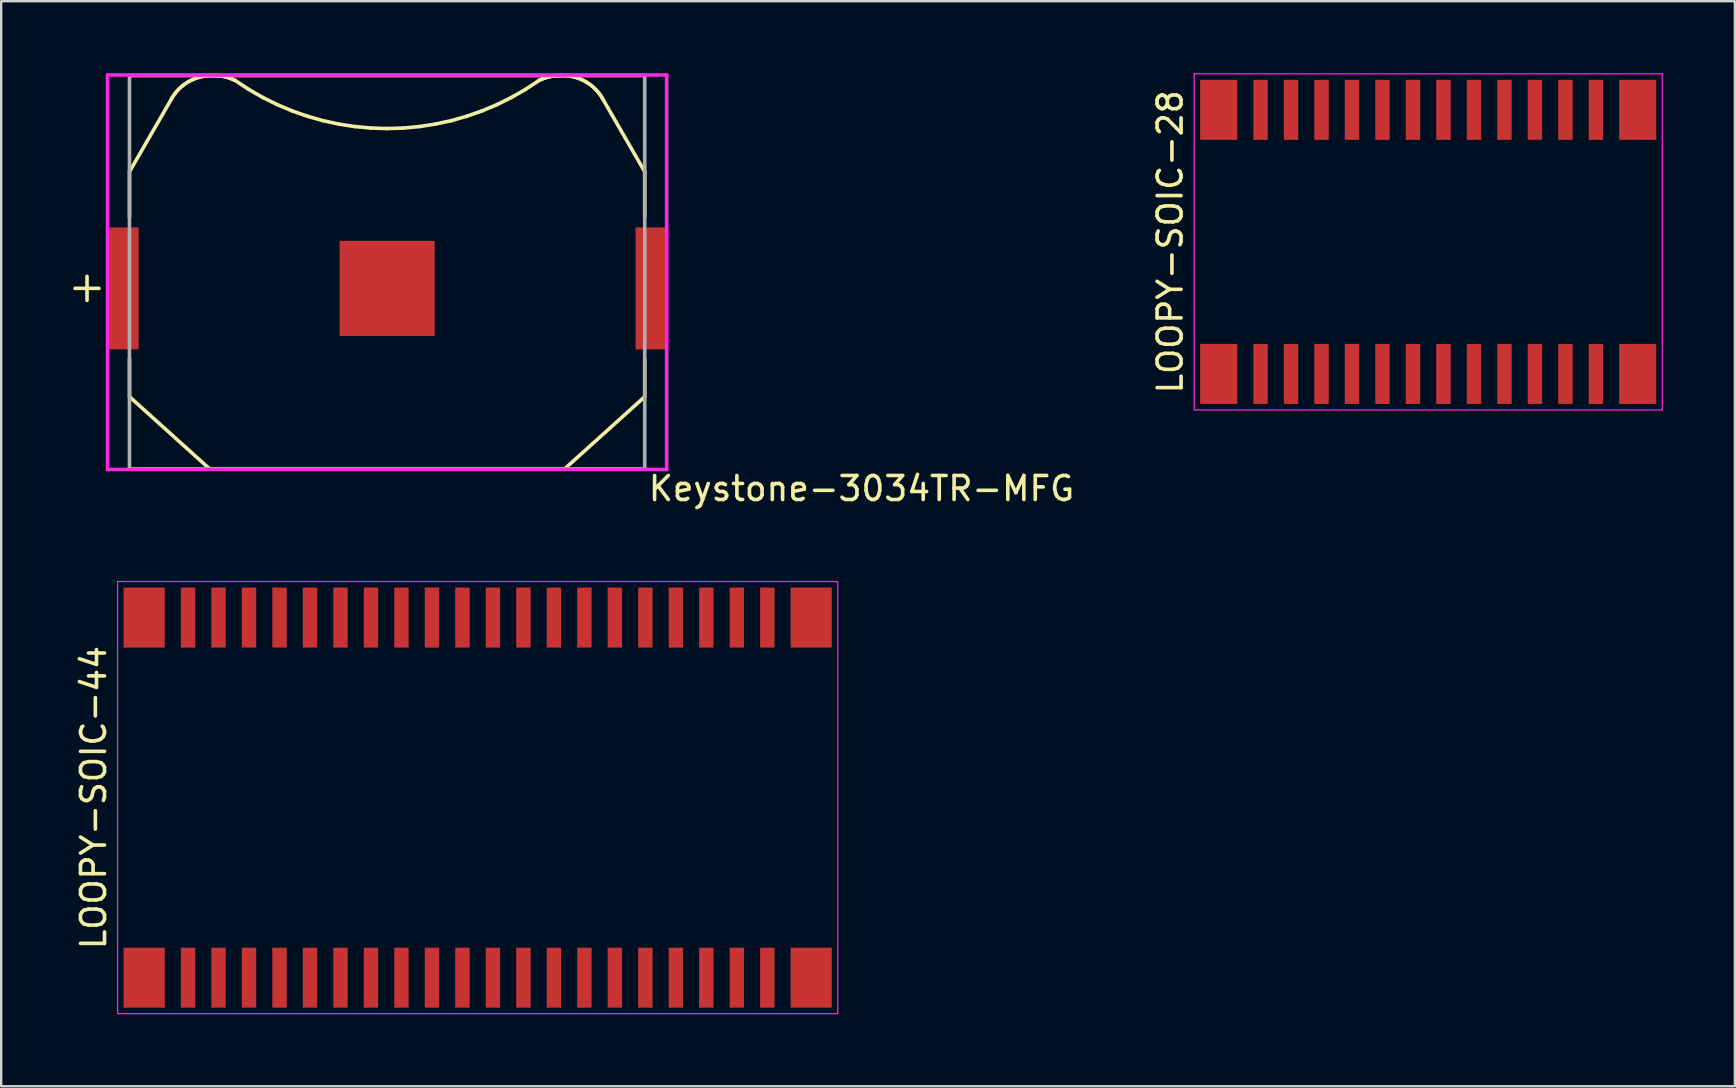
<source format=kicad_pcb>
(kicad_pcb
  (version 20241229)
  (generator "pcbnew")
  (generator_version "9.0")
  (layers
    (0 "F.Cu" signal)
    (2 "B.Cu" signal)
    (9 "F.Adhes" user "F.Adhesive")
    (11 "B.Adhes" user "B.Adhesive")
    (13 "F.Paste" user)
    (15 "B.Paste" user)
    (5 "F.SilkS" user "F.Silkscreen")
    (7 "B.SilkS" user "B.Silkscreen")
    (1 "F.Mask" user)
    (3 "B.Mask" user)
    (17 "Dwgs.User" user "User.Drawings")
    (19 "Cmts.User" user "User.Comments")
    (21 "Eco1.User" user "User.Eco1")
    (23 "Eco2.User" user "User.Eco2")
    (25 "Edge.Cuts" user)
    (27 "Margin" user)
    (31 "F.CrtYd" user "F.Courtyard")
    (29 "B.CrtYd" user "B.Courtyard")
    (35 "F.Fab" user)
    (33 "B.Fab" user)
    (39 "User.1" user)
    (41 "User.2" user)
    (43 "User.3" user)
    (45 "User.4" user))
  (footprint "LOOPY-SOIC-44"
    (layer "F.Cu")
    (at 16.848 30.175)
    (property "Reference" "LOOPY-SOIC-44" (at -16 0 90) (layer "F.SilkS") (effects (font (size 1 1) (thickness 0.15))))
    (attr through_hole)
    (fp_rect (start -15 -9) (end 15 9) (stroke (width 0.05) (type default)) (fill no) (layer "F.CrtYd"))
    (pad "1" smd rect (at -13.893 7.5) (size 1.715 2.5) (layers "F.Cu" "F.Mask" "F.Paste"))
    (pad "2" smd rect (at -12.065 7.5) (size 0.6 2.5) (layers "F.Cu" "F.Mask" "F.Paste"))
    (pad "3" smd rect (at -10.795 7.5) (size 0.6 2.5) (layers "F.Cu" "F.Mask" "F.Paste"))
    (pad "4" smd rect (at -9.525 7.5) (size 0.6 2.5) (layers "F.Cu" "F.Mask" "F.Paste"))
    (pad "5" smd rect (at -8.255 7.5) (size 0.6 2.5) (layers "F.Cu" "F.Mask" "F.Paste"))
    (pad "6" smd rect (at -6.985 7.5) (size 0.6 2.5) (layers "F.Cu" "F.Mask" "F.Paste"))
    (pad "7" smd rect (at -5.715 7.5) (size 0.6 2.5) (layers "F.Cu" "F.Mask" "F.Paste"))
    (pad "8" smd rect (at -4.445 7.5) (size 0.6 2.5) (layers "F.Cu" "F.Mask" "F.Paste"))
    (pad "9" smd rect (at -3.175 7.5) (size 0.6 2.5) (layers "F.Cu" "F.Mask" "F.Paste"))
    (pad "10" smd rect (at -1.905 7.5) (size 0.6 2.5) (layers "F.Cu" "F.Mask" "F.Paste"))
    (pad "11" smd rect (at -0.635 7.5) (size 0.6 2.5) (layers "F.Cu" "F.Mask" "F.Paste"))
    (pad "12" smd rect (at 0.635 7.5) (size 0.6 2.5) (layers "F.Cu" "F.Mask" "F.Paste"))
    (pad "13" smd rect (at 1.905 7.5) (size 0.6 2.5) (layers "F.Cu" "F.Mask" "F.Paste"))
    (pad "14" smd rect (at 3.175 7.5) (size 0.6 2.5) (layers "F.Cu" "F.Mask" "F.Paste"))
    (pad "15" smd rect (at 4.445 7.5) (size 0.6 2.5) (layers "F.Cu" "F.Mask" "F.Paste"))
    (pad "16" smd rect (at 5.715 7.5) (size 0.6 2.5) (layers "F.Cu" "F.Mask" "F.Paste"))
    (pad "17" smd rect (at 6.985 7.5) (size 0.6 2.5) (layers "F.Cu" "F.Mask" "F.Paste"))
    (pad "18" smd rect (at 8.255 7.5) (size 0.6 2.5) (layers "F.Cu" "F.Mask" "F.Paste"))
    (pad "19" smd rect (at 9.525 7.5) (size 0.6 2.5) (layers "F.Cu" "F.Mask" "F.Paste"))
    (pad "20" smd rect (at 10.795 7.5) (size 0.6 2.5) (layers "F.Cu" "F.Mask" "F.Paste"))
    (pad "21" smd rect (at 12.065 7.5) (size 0.6 2.5) (layers "F.Cu" "F.Mask" "F.Paste"))
    (pad "22" smd rect (at 13.893 7.5) (size 1.715 2.5) (layers "F.Cu" "F.Mask" "F.Paste"))
    (pad "23" smd rect (at 13.893 -7.5) (size 1.715 2.5) (layers "F.Cu" "F.Mask" "F.Paste"))
    (pad "24" smd rect (at 12.065 -7.5) (size 0.6 2.5) (layers "F.Cu" "F.Mask" "F.Paste"))
    (pad "25" smd rect (at 10.795 -7.5) (size 0.6 2.5) (layers "F.Cu" "F.Mask" "F.Paste"))
    (pad "26" smd rect (at 9.525 -7.5) (size 0.6 2.5) (layers "F.Cu" "F.Mask" "F.Paste"))
    (pad "27" smd rect (at 8.255 -7.5) (size 0.6 2.5) (layers "F.Cu" "F.Mask" "F.Paste"))
    (pad "28" smd rect (at 6.985 -7.5) (size 0.6 2.5) (layers "F.Cu" "F.Mask" "F.Paste"))
    (pad "29" smd rect (at 5.715 -7.5) (size 0.6 2.5) (layers "F.Cu" "F.Mask" "F.Paste"))
    (pad "30" smd rect (at 4.445 -7.5) (size 0.6 2.5) (layers "F.Cu" "F.Mask" "F.Paste"))
    (pad "31" smd rect (at 3.175 -7.5) (size 0.6 2.5) (layers "F.Cu" "F.Mask" "F.Paste"))
    (pad "32" smd rect (at 1.905 -7.5) (size 0.6 2.5) (layers "F.Cu" "F.Mask" "F.Paste"))
    (pad "33" smd rect (at 0.635 -7.5) (size 0.6 2.5) (layers "F.Cu" "F.Mask" "F.Paste"))
    (pad "34" smd rect (at -0.635 -7.5) (size 0.6 2.5) (layers "F.Cu" "F.Mask" "F.Paste"))
    (pad "35" smd rect (at -1.905 -7.5) (size 0.6 2.5) (layers "F.Cu" "F.Mask" "F.Paste"))
    (pad "36" smd rect (at -3.175 -7.5) (size 0.6 2.5) (layers "F.Cu" "F.Mask" "F.Paste"))
    (pad "37" smd rect (at -4.445 -7.5) (size 0.6 2.5) (layers "F.Cu" "F.Mask" "F.Paste"))
    (pad "38" smd rect (at -5.715 -7.5) (size 0.6 2.5) (layers "F.Cu" "F.Mask" "F.Paste"))
    (pad "39" smd rect (at -6.985 -7.5) (size 0.6 2.5) (layers "F.Cu" "F.Mask" "F.Paste"))
    (pad "40" smd rect (at -8.255 -7.5) (size 0.6 2.5) (layers "F.Cu" "F.Mask" "F.Paste"))
    (pad "41" smd rect (at -9.525 -7.5) (size 0.6 2.5) (layers "F.Cu" "F.Mask" "F.Paste"))
    (pad "42" smd rect (at -10.795 -7.5) (size 0.6 2.5) (layers "F.Cu" "F.Mask" "F.Paste"))
    (pad "43" smd rect (at -12.065 -7.5) (size 0.6 2.5) (layers "F.Cu" "F.Mask" "F.Paste"))
    (pad "44" smd rect (at -13.893 -7.5) (size 1.715 2.5) (layers "F.Cu" "F.Mask" "F.Paste")))
  (footprint "Keystone-3034TR-MFG"
    (layer "F.Cu")
    (at 13.075 8.291)
    (property "Reference" "Keystone-3034TR-MFG" (at 10.805 9.01 180) (layer "F.SilkS") (effects (font (size 1 1) (thickness 0.15)) (justify left)))
    (attr through_hole)
    (fp_line (start -13 0.67) (end -12 0.67) (stroke (width 0.15) (type solid)) (layer "F.SilkS"))
    (fp_line (start -12.5 0.17) (end -12.5 1.17) (stroke (width 0.15) (type solid)) (layer "F.SilkS"))
    (fp_line (start -10.73 -4.19) (end -10.73 -2.3) (stroke (width 0.15) (type solid)) (layer "F.SilkS"))
    (fp_line (start -10.73 3.6) (end -10.73 5.185) (stroke (width 0.15) (type solid)) (layer "F.SilkS"))
    (fp_line (start -9 -7.19) (end -10.73 -4.19) (stroke (width 0.15) (type solid)) (layer "F.SilkS"))
    (fp_line (start -8.948 -7.28) (end -9 -7.19) (stroke (width 0.15) (type solid)) (layer "F.SilkS"))
    (fp_line (start -8.892 -7.367) (end -8.948 -7.28) (stroke (width 0.15) (type solid)) (layer "F.SilkS"))
    (fp_line (start -8.831 -7.451) (end -8.892 -7.367) (stroke (width 0.15) (type solid)) (layer "F.SilkS"))
    (fp_line (start -8.765 -7.531) (end -8.831 -7.451) (stroke (width 0.15) (type solid)) (layer "F.SilkS"))
    (fp_line (start -8.696 -7.608) (end -8.765 -7.531) (stroke (width 0.15) (type solid)) (layer "F.SilkS"))
    (fp_line (start -8.622 -7.68) (end -8.696 -7.608) (stroke (width 0.15) (type solid)) (layer "F.SilkS"))
    (fp_line (start -8.544 -7.749) (end -8.622 -7.68) (stroke (width 0.15) (type solid)) (layer "F.SilkS"))
    (fp_line (start -8.463 -7.813) (end -8.544 -7.749) (stroke (width 0.15) (type solid)) (layer "F.SilkS"))
    (fp_line (start -8.378 -7.873) (end -8.463 -7.813) (stroke (width 0.15) (type solid)) (layer "F.SilkS"))
    (fp_line (start -8.29 -7.928) (end -8.378 -7.873) (stroke (width 0.15) (type solid)) (layer "F.SilkS"))
    (fp_line (start -8.199 -7.978) (end -8.29 -7.928) (stroke (width 0.15) (type solid)) (layer "F.SilkS"))
    (fp_line (start -8.106 -8.023) (end -8.199 -7.978) (stroke (width 0.15) (type solid)) (layer "F.SilkS"))
    (fp_line (start -8.01 -8.063) (end -8.106 -8.023) (stroke (width 0.15) (type solid)) (layer "F.SilkS"))
    (fp_line (start -7.912 -8.098) (end -8.01 -8.063) (stroke (width 0.15) (type solid)) (layer "F.SilkS"))
    (fp_line (start -7.813 -8.127) (end -7.912 -8.098) (stroke (width 0.15) (type solid)) (layer "F.SilkS"))
    (fp_line (start -7.712 -8.151) (end -7.813 -8.127) (stroke (width 0.15) (type solid)) (layer "F.SilkS"))
    (fp_line (start -7.61 -8.169) (end -7.712 -8.151) (stroke (width 0.15) (type solid)) (layer "F.SilkS"))
    (fp_line (start -7.507 -8.182) (end -7.61 -8.169) (stroke (width 0.15) (type solid)) (layer "F.SilkS"))
    (fp_line (start -7.404 -8.189) (end -7.507 -8.182) (stroke (width 0.15) (type solid)) (layer "F.SilkS"))
    (fp_line (start -7.4 8.185) (end -10.73 5.185) (stroke (width 0.15) (type solid)) (layer "F.SilkS"))
    (fp_line (start -7.4 8.185) (end 7.4 8.185) (stroke (width 0.15) (type solid)) (layer "F.SilkS"))
    (fp_line (start -7.3 -8.19) (end -7.404 -8.189) (stroke (width 0.15) (type solid)) (layer "F.SilkS"))
    (fp_line (start -7.25 -8.192) (end -7.3 -8.19) (stroke (width 0.15) (type solid)) (layer "F.SilkS"))
    (fp_line (start -7.2 -8.193) (end -7.25 -8.192) (stroke (width 0.15) (type solid)) (layer "F.SilkS"))
    (fp_line (start -7.15 -8.193) (end -7.2 -8.193) (stroke (width 0.15) (type solid)) (layer "F.SilkS"))
    (fp_line (start -7.1 -8.192) (end -7.15 -8.193) (stroke (width 0.15) (type solid)) (layer "F.SilkS"))
    (fp_line (start -7.05 -8.189) (end -7.1 -8.192) (stroke (width 0.15) (type solid)) (layer "F.SilkS"))
    (fp_line (start -7 -8.184) (end -7.05 -8.189) (stroke (width 0.15) (type solid)) (layer "F.SilkS"))
    (fp_line (start -6.95 -8.179) (end -7 -8.184) (stroke (width 0.15) (type solid)) (layer "F.SilkS"))
    (fp_line (start -6.9 -8.172) (end -6.95 -8.179) (stroke (width 0.15) (type solid)) (layer "F.SilkS"))
    (fp_line (start -6.851 -8.164) (end -6.9 -8.172) (stroke (width 0.15) (type solid)) (layer "F.SilkS"))
    (fp_line (start -6.802 -8.154) (end -6.851 -8.164) (stroke (width 0.15) (type solid)) (layer "F.SilkS"))
    (fp_line (start -6.753 -8.144) (end -6.802 -8.154) (stroke (width 0.15) (type solid)) (layer "F.SilkS"))
    (fp_line (start -6.704 -8.132) (end -6.753 -8.144) (stroke (width 0.15) (type solid)) (layer "F.SilkS"))
    (fp_line (start -6.656 -8.118) (end -6.704 -8.132) (stroke (width 0.15) (type solid)) (layer "F.SilkS"))
    (fp_line (start -6.608 -8.104) (end -6.656 -8.118) (stroke (width 0.15) (type solid)) (layer "F.SilkS"))
    (fp_line (start -6.56 -8.088) (end -6.608 -8.104) (stroke (width 0.15) (type solid)) (layer "F.SilkS"))
    (fp_line (start -6.513 -8.071) (end -6.56 -8.088) (stroke (width 0.15) (type solid)) (layer "F.SilkS"))
    (fp_line (start -6.467 -8.052) (end -6.513 -8.071) (stroke (width 0.15) (type solid)) (layer "F.SilkS"))
    (fp_line (start -6.421 -8.033) (end -6.467 -8.052) (stroke (width 0.15) (type solid)) (layer "F.SilkS"))
    (fp_line (start -6.375 -8.012) (end -6.421 -8.033) (stroke (width 0.15) (type solid)) (layer "F.SilkS"))
    (fp_line (start -6.33 -7.99) (end -6.375 -8.012) (stroke (width 0.15) (type solid)) (layer "F.SilkS"))
    (fp_line (start -6.33 -7.99) (end -5.767 -7.619) (stroke (width 0.15) (type solid)) (layer "F.SilkS"))
    (fp_line (start -5.767 -7.619) (end -5.182 -7.283) (stroke (width 0.15) (type solid)) (layer "F.SilkS"))
    (fp_line (start -5.182 -7.283) (end -4.578 -6.984) (stroke (width 0.15) (type solid)) (layer "F.SilkS"))
    (fp_line (start -4.578 -6.984) (end -3.956 -6.722) (stroke (width 0.15) (type solid)) (layer "F.SilkS"))
    (fp_line (start -3.956 -6.722) (end -3.32 -6.499) (stroke (width 0.15) (type solid)) (layer "F.SilkS"))
    (fp_line (start -3.32 -6.499) (end -2.671 -6.315) (stroke (width 0.15) (type solid)) (layer "F.SilkS"))
    (fp_line (start -2.671 -6.315) (end -2.012 -6.172) (stroke (width 0.15) (type solid)) (layer "F.SilkS"))
    (fp_line (start -2.012 -6.172) (end -1.346 -6.069) (stroke (width 0.15) (type solid)) (layer "F.SilkS"))
    (fp_line (start -1.346 -6.069) (end -0.674 -6.007) (stroke (width 0.15) (type solid)) (layer "F.SilkS"))
    (fp_line (start -0.674 -6.007) (end 0.000001 -5.986) (stroke (width 0.15) (type solid)) (layer "F.SilkS"))
    (fp_line (start 0.000001 -5.986) (end 0.674 -6.007) (stroke (width 0.15) (type solid)) (layer "F.SilkS"))
    (fp_line (start 0.674 -6.007) (end 1.346 -6.069) (stroke (width 0.15) (type solid)) (layer "F.SilkS"))
    (fp_line (start 1.346 -6.069) (end 2.012 -6.172) (stroke (width 0.15) (type solid)) (layer "F.SilkS"))
    (fp_line (start 2.012 -6.172) (end 2.671 -6.315) (stroke (width 0.15) (type solid)) (layer "F.SilkS"))
    (fp_line (start 2.671 -6.315) (end 3.32 -6.499) (stroke (width 0.15) (type solid)) (layer "F.SilkS"))
    (fp_line (start 3.32 -6.499) (end 3.956 -6.722) (stroke (width 0.15) (type solid)) (layer "F.SilkS"))
    (fp_line (start 3.956 -6.722) (end 4.578 -6.984) (stroke (width 0.15) (type solid)) (layer "F.SilkS"))
    (fp_line (start 4.578 -6.984) (end 5.182 -7.283) (stroke (width 0.15) (type solid)) (layer "F.SilkS"))
    (fp_line (start 5.182 -7.283) (end 5.767 -7.619) (stroke (width 0.15) (type solid)) (layer "F.SilkS"))
    (fp_line (start 5.767 -7.619) (end 6.33 -7.99) (stroke (width 0.15) (type solid)) (layer "F.SilkS"))
    (fp_line (start 6.33 -7.99) (end 6.375 -8.012) (stroke (width 0.15) (type solid)) (layer "F.SilkS"))
    (fp_line (start 6.375 -8.012) (end 6.421 -8.033) (stroke (width 0.15) (type solid)) (layer "F.SilkS"))
    (fp_line (start 6.421 -8.033) (end 6.467 -8.052) (stroke (width 0.15) (type solid)) (layer "F.SilkS"))
    (fp_line (start 6.467 -8.052) (end 6.513 -8.071) (stroke (width 0.15) (type solid)) (layer "F.SilkS"))
    (fp_line (start 6.513 -8.071) (end 6.56 -8.088) (stroke (width 0.15) (type solid)) (layer "F.SilkS"))
    (fp_line (start 6.56 -8.088) (end 6.608 -8.104) (stroke (width 0.15) (type solid)) (layer "F.SilkS"))
    (fp_line (start 6.608 -8.104) (end 6.656 -8.118) (stroke (width 0.15) (type solid)) (layer "F.SilkS"))
    (fp_line (start 6.656 -8.118) (end 6.704 -8.132) (stroke (width 0.15) (type solid)) (layer "F.SilkS"))
    (fp_line (start 6.704 -8.132) (end 6.753 -8.144) (stroke (width 0.15) (type solid)) (layer "F.SilkS"))
    (fp_line (start 6.753 -8.144) (end 6.802 -8.154) (stroke (width 0.15) (type solid)) (layer "F.SilkS"))
    (fp_line (start 6.802 -8.154) (end 6.851 -8.164) (stroke (width 0.15) (type solid)) (layer "F.SilkS"))
    (fp_line (start 6.851 -8.164) (end 6.9 -8.172) (stroke (width 0.15) (type solid)) (layer "F.SilkS"))
    (fp_line (start 6.9 -8.172) (end 6.95 -8.179) (stroke (width 0.15) (type solid)) (layer "F.SilkS"))
    (fp_line (start 6.95 -8.179) (end 7 -8.184) (stroke (width 0.15) (type solid)) (layer "F.SilkS"))
    (fp_line (start 7 -8.184) (end 7.05 -8.189) (stroke (width 0.15) (type solid)) (layer "F.SilkS"))
    (fp_line (start 7.05 -8.189) (end 7.1 -8.192) (stroke (width 0.15) (type solid)) (layer "F.SilkS"))
    (fp_line (start 7.1 -8.192) (end 7.15 -8.193) (stroke (width 0.15) (type solid)) (layer "F.SilkS"))
    (fp_line (start 7.15 -8.193) (end 7.2 -8.193) (stroke (width 0.15) (type solid)) (layer "F.SilkS"))
    (fp_line (start 7.2 -8.193) (end 7.25 -8.192) (stroke (width 0.15) (type solid)) (layer "F.SilkS"))
    (fp_line (start 7.25 -8.192) (end 7.3 -8.19) (stroke (width 0.15) (type solid)) (layer "F.SilkS"))
    (fp_line (start 7.3 -8.19) (end 7.404 -8.189) (stroke (width 0.15) (type solid)) (layer "F.SilkS"))
    (fp_line (start 7.4 8.185) (end 10.73 5.185) (stroke (width 0.15) (type solid)) (layer "F.SilkS"))
    (fp_line (start 7.404 -8.189) (end 7.507 -8.182) (stroke (width 0.15) (type solid)) (layer "F.SilkS"))
    (fp_line (start 7.507 -8.182) (end 7.61 -8.169) (stroke (width 0.15) (type solid)) (layer "F.SilkS"))
    (fp_line (start 7.61 -8.169) (end 7.712 -8.151) (stroke (width 0.15) (type solid)) (layer "F.SilkS"))
    (fp_line (start 7.712 -8.151) (end 7.813 -8.127) (stroke (width 0.15) (type solid)) (layer "F.SilkS"))
    (fp_line (start 7.813 -8.127) (end 7.912 -8.098) (stroke (width 0.15) (type solid)) (layer "F.SilkS"))
    (fp_line (start 7.912 -8.098) (end 8.01 -8.063) (stroke (width 0.15) (type solid)) (layer "F.SilkS"))
    (fp_line (start 8.01 -8.063) (end 8.106 -8.023) (stroke (width 0.15) (type solid)) (layer "F.SilkS"))
    (fp_line (start 8.106 -8.023) (end 8.199 -7.978) (stroke (width 0.15) (type solid)) (layer "F.SilkS"))
    (fp_line (start 8.199 -7.978) (end 8.29 -7.928) (stroke (width 0.15) (type solid)) (layer "F.SilkS"))
    (fp_line (start 8.29 -7.928) (end 8.378 -7.873) (stroke (width 0.15) (type solid)) (layer "F.SilkS"))
    (fp_line (start 8.378 -7.873) (end 8.463 -7.813) (stroke (width 0.15) (type solid)) (layer "F.SilkS"))
    (fp_line (start 8.463 -7.813) (end 8.544 -7.749) (stroke (width 0.15) (type solid)) (layer "F.SilkS"))
    (fp_line (start 8.544 -7.749) (end 8.622 -7.68) (stroke (width 0.15) (type solid)) (layer "F.SilkS"))
    (fp_line (start 8.622 -7.68) (end 8.696 -7.608) (stroke (width 0.15) (type solid)) (layer "F.SilkS"))
    (fp_line (start 8.696 -7.608) (end 8.765 -7.531) (stroke (width 0.15) (type solid)) (layer "F.SilkS"))
    (fp_line (start 8.765 -7.531) (end 8.831 -7.451) (stroke (width 0.15) (type solid)) (layer "F.SilkS"))
    (fp_line (start 8.831 -7.451) (end 8.892 -7.367) (stroke (width 0.15) (type solid)) (layer "F.SilkS"))
    (fp_line (start 8.892 -7.367) (end 8.948 -7.28) (stroke (width 0.15) (type solid)) (layer "F.SilkS"))
    (fp_line (start 8.948 -7.28) (end 9 -7.19) (stroke (width 0.15) (type solid)) (layer "F.SilkS"))
    (fp_line (start 9 -7.19) (end 10.73 -4.19) (stroke (width 0.15) (type solid)) (layer "F.SilkS"))
    (fp_line (start 10.73 -4.19) (end 10.73 -2.3) (stroke (width 0.15) (type solid)) (layer "F.SilkS"))
    (fp_line (start 10.73 3.6) (end 10.73 5.185) (stroke (width 0.15) (type solid)) (layer "F.SilkS"))
    (fp_line (start -11.645 -8.216) (end -11.645 8.216) (stroke (width 0.15) (type solid)) (layer "F.CrtYd"))
    (fp_line (start -11.645 8.216) (end 11.645 8.216) (stroke (width 0.15) (type solid)) (layer "F.CrtYd"))
    (fp_line (start 11.645 -8.216) (end -11.645 -8.216) (stroke (width 0.15) (type solid)) (layer "F.CrtYd"))
    (fp_line (start 11.645 -8.216) (end 11.645 -8.216) (stroke (width 0.15) (type solid)) (layer "F.CrtYd"))
    (fp_line (start 11.645 8.216) (end 11.645 -8.216) (stroke (width 0.15) (type solid)) (layer "F.CrtYd"))
    (fp_line (start -10.732 -8.191) (end 10.732 -8.191) (stroke (width 0.15) (type solid)) (layer "F.Fab"))
    (fp_line (start -10.732 8.191) (end -10.732 -8.191) (stroke (width 0.15) (type solid)) (layer "F.Fab"))
    (fp_line (start 10.732 -8.191) (end 10.732 8.191) (stroke (width 0.15) (type solid)) (layer "F.Fab"))
    (fp_line (start 10.732 8.191) (end -10.732 8.191) (stroke (width 0.15) (type solid)) (layer "F.Fab"))
    (pad "1" smd rect (at -10.985 0.673) (size 1.27 5.08) (layers "F.Cu" "F.Mask" "F.Paste"))
    (pad "2" smd rect (at 0 0.673) (size 3.962 3.962) (layers "F.Cu" "F.Mask"))
    (pad "3" smd rect (at 10.985 0.673) (size 1.27 5.08) (layers "F.Cu" "F.Mask" "F.Paste")))
  (footprint "LOOPY-SOIC-28"
    (layer "F.Cu")
    (at 56.443 7.025)
    (property "Reference" "LOOPY-SOIC-28" (at -10.75 0 90) (layer "F.SilkS") (effects (font (size 1 1) (thickness 0.15))))
    (attr through_hole)
    (fp_line (start -9.75 -7) (end 9.75 -7) (stroke (width 0.05) (type default)) (layer "F.CrtYd"))
    (fp_line (start -9.75 7) (end -9.75 -7) (stroke (width 0.05) (type default)) (layer "F.CrtYd"))
    (fp_line (start 9.75 -7) (end 9.75 7) (stroke (width 0.05) (type default)) (layer "F.CrtYd"))
    (fp_line (start 9.75 7) (end -9.75 7) (stroke (width 0.05) (type default)) (layer "F.CrtYd"))
    (pad "1" smd rect (at -8.727 5.5) (size 1.545 2.5) (layers "F.Cu" "F.Mask" "F.Paste"))
    (pad "2" smd rect (at -6.985 5.5) (size 0.6 2.5) (layers "F.Cu" "F.Mask" "F.Paste"))
    (pad "3" smd rect (at -5.715 5.5) (size 0.6 2.5) (layers "F.Cu" "F.Mask" "F.Paste"))
    (pad "4" smd rect (at -4.445 5.5) (size 0.6 2.5) (layers "F.Cu" "F.Mask" "F.Paste"))
    (pad "5" smd rect (at -3.175 5.5) (size 0.6 2.5) (layers "F.Cu" "F.Mask" "F.Paste"))
    (pad "6" smd rect (at -1.905 5.5) (size 0.6 2.5) (layers "F.Cu" "F.Mask" "F.Paste"))
    (pad "7" smd rect (at -0.635 5.5) (size 0.6 2.5) (layers "F.Cu" "F.Mask" "F.Paste"))
    (pad "8" smd rect (at 0.635 5.5) (size 0.6 2.5) (layers "F.Cu" "F.Mask" "F.Paste"))
    (pad "9" smd rect (at 1.905 5.5) (size 0.6 2.5) (layers "F.Cu" "F.Mask" "F.Paste"))
    (pad "10" smd rect (at 3.175 5.5) (size 0.6 2.5) (layers "F.Cu" "F.Mask" "F.Paste"))
    (pad "11" smd rect (at 4.445 5.5) (size 0.6 2.5) (layers "F.Cu" "F.Mask" "F.Paste"))
    (pad "12" smd rect (at 5.715 5.5) (size 0.6 2.5) (layers "F.Cu" "F.Mask" "F.Paste"))
    (pad "13" smd rect (at 6.985 5.5) (size 0.6 2.5) (layers "F.Cu" "F.Mask" "F.Paste"))
    (pad "14" smd rect (at 8.727 5.5) (size 1.545 2.5) (layers "F.Cu" "F.Mask" "F.Paste"))
    (pad "15" smd rect (at 8.727 -5.5) (size 1.545 2.5) (layers "F.Cu" "F.Mask" "F.Paste"))
    (pad "16" smd rect (at 6.985 -5.5) (size 0.6 2.5) (layers "F.Cu" "F.Mask" "F.Paste"))
    (pad "17" smd rect (at 5.715 -5.5) (size 0.6 2.5) (layers "F.Cu" "F.Mask" "F.Paste"))
    (pad "18" smd rect (at 4.445 -5.5) (size 0.6 2.5) (layers "F.Cu" "F.Mask" "F.Paste"))
    (pad "19" smd rect (at 3.175 -5.5) (size 0.6 2.5) (layers "F.Cu" "F.Mask" "F.Paste"))
    (pad "20" smd rect (at 1.905 -5.5) (size 0.6 2.5) (layers "F.Cu" "F.Mask" "F.Paste"))
    (pad "21" smd rect (at 0.635 -5.5) (size 0.6 2.5) (layers "F.Cu" "F.Mask" "F.Paste"))
    (pad "22" smd rect (at -0.635 -5.5) (size 0.6 2.5) (layers "F.Cu" "F.Mask" "F.Paste"))
    (pad "23" smd rect (at -1.905 -5.5) (size 0.6 2.5) (layers "F.Cu" "F.Mask" "F.Paste"))
    (pad "24" smd rect (at -3.175 -5.5) (size 0.6 2.5) (layers "F.Cu" "F.Mask" "F.Paste"))
    (pad "25" smd rect (at -4.445 -5.5) (size 0.6 2.5) (layers "F.Cu" "F.Mask" "F.Paste"))
    (pad "26" smd rect (at -5.715 -5.5) (size 0.6 2.5) (layers "F.Cu" "F.Mask" "F.Paste"))
    (pad "27" smd rect (at -6.985 -5.5) (size 0.6 2.5) (layers "F.Cu" "F.Mask" "F.Paste"))
    (pad "28" smd rect (at -8.727 -5.5) (size 1.545 2.5) (layers "F.Cu" "F.Mask" "F.Paste")))
  (gr_rect
    (start -3 -3)
    (end 69.218 42.2)
    (stroke (width 0.1) (type default))
    (fill no)
    (layer "Edge.Cuts")))
</source>
